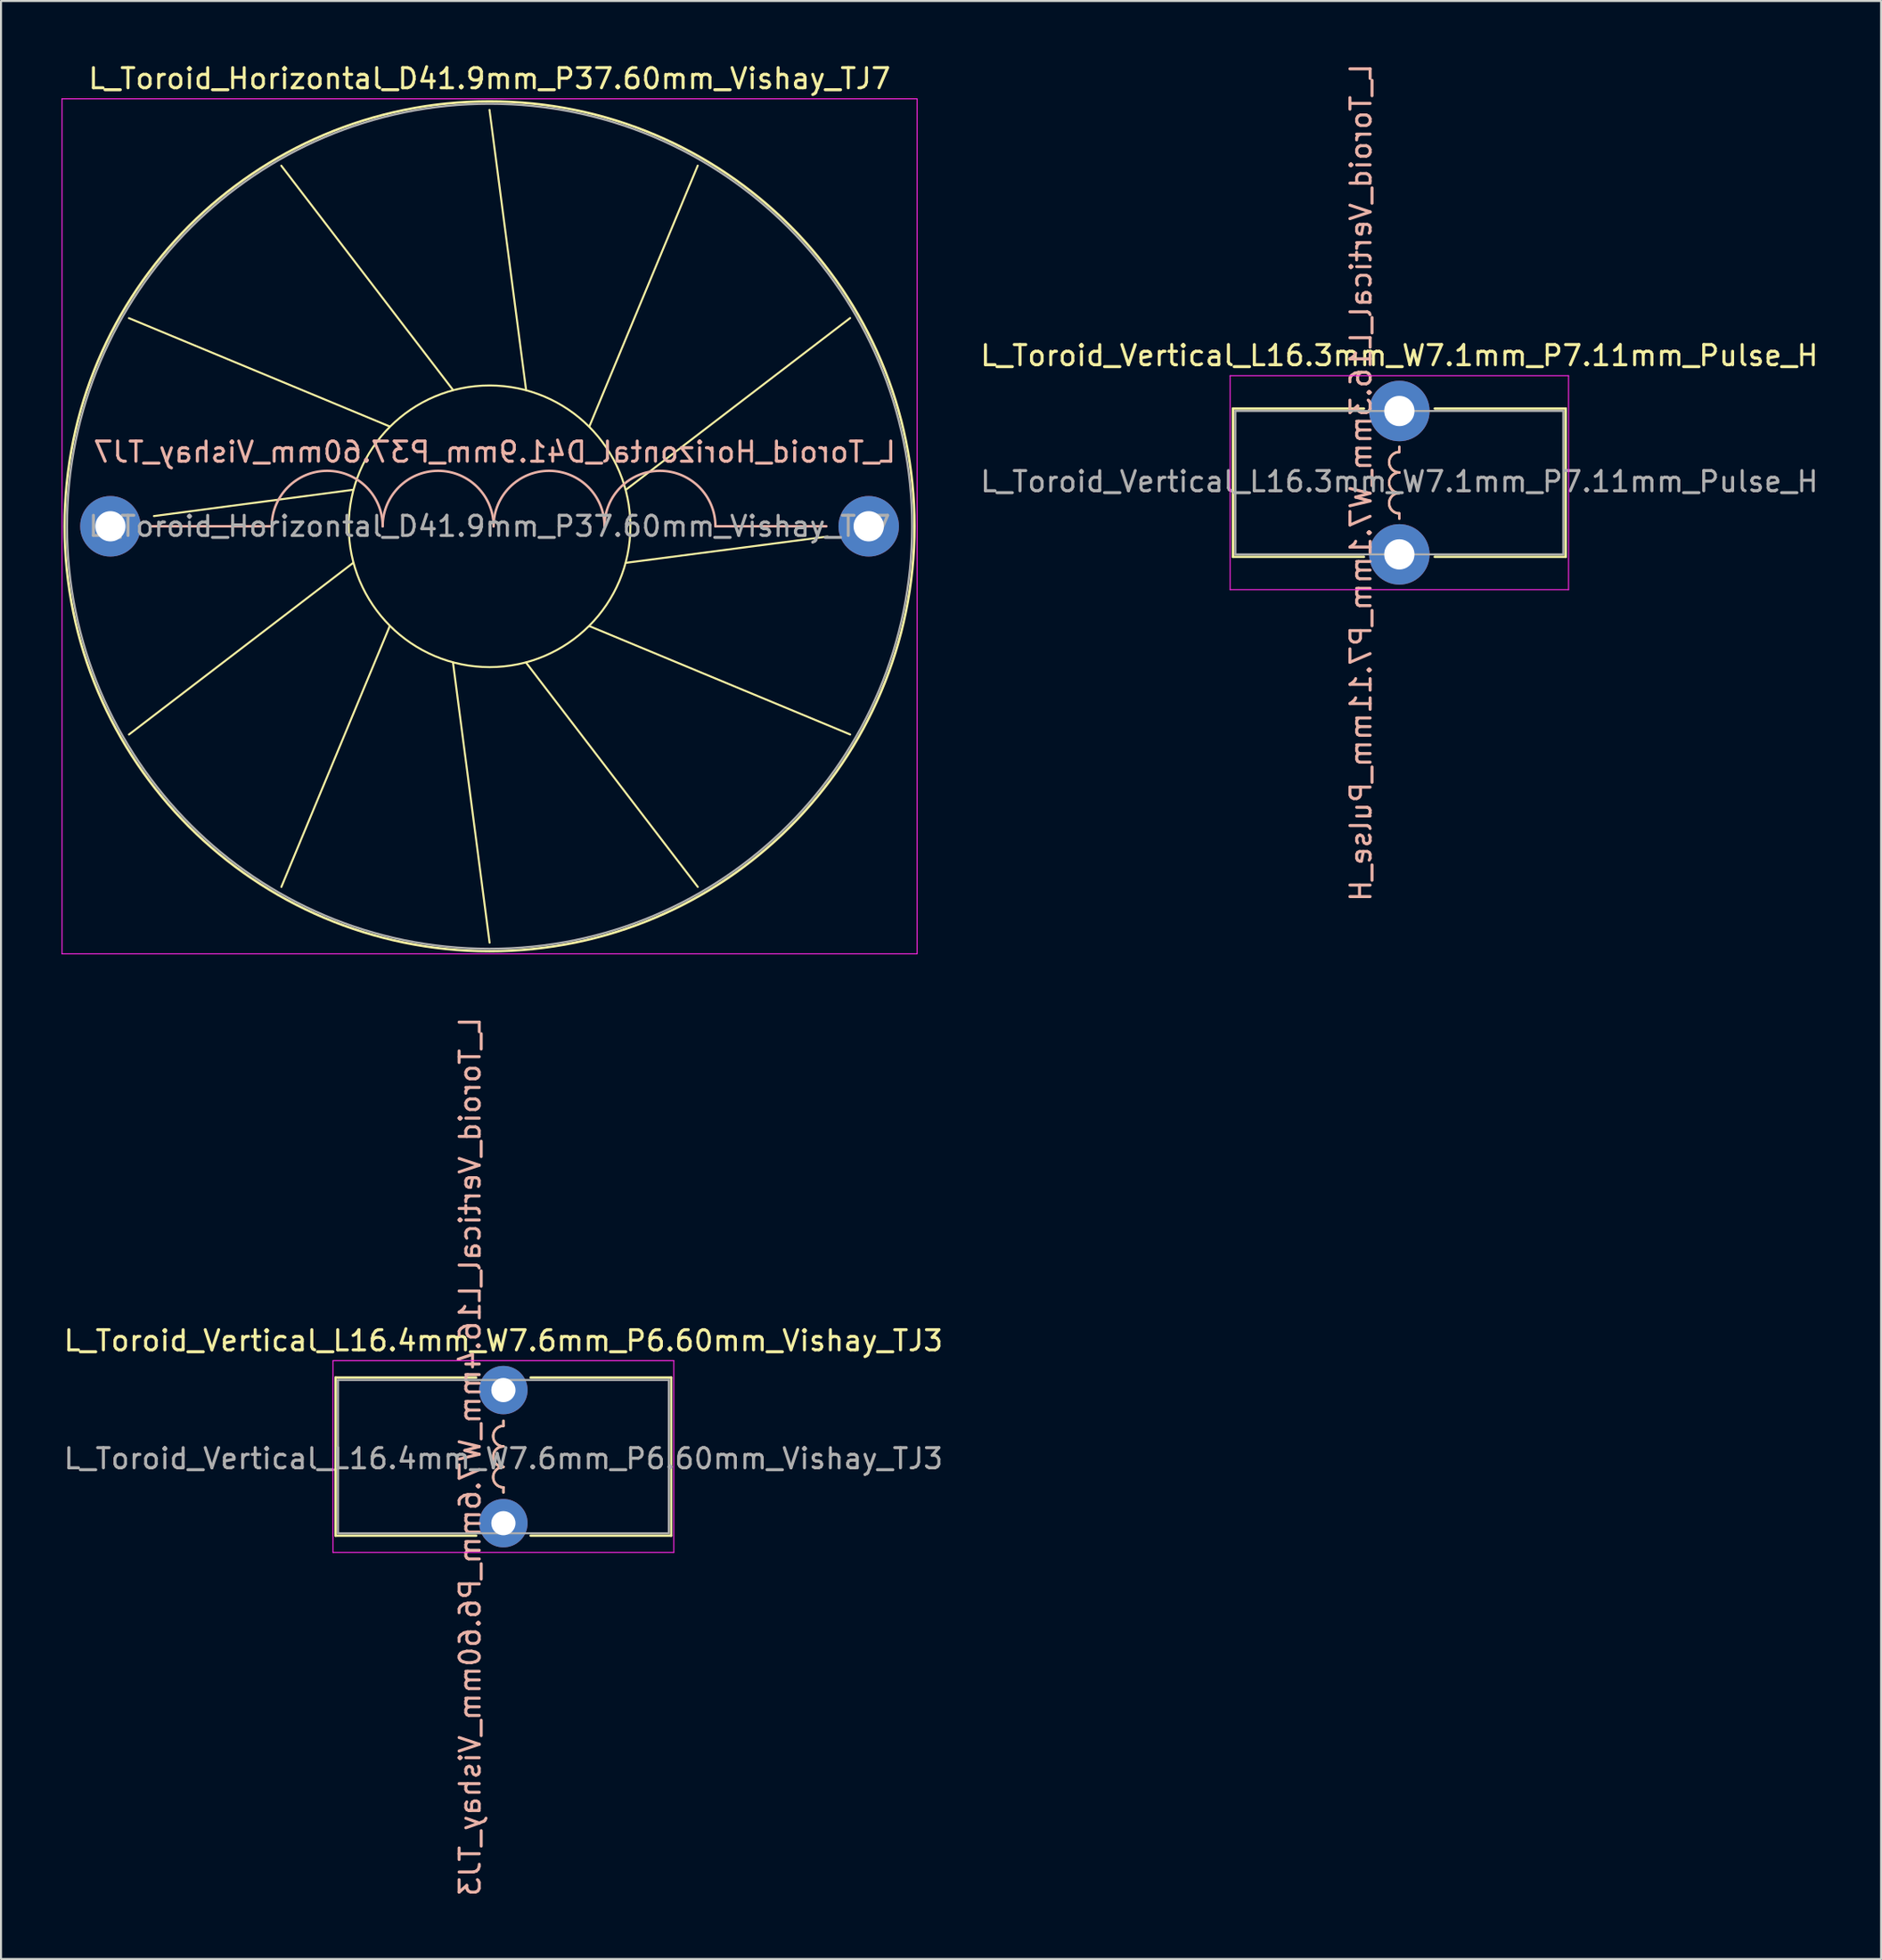
<source format=kicad_pcb>
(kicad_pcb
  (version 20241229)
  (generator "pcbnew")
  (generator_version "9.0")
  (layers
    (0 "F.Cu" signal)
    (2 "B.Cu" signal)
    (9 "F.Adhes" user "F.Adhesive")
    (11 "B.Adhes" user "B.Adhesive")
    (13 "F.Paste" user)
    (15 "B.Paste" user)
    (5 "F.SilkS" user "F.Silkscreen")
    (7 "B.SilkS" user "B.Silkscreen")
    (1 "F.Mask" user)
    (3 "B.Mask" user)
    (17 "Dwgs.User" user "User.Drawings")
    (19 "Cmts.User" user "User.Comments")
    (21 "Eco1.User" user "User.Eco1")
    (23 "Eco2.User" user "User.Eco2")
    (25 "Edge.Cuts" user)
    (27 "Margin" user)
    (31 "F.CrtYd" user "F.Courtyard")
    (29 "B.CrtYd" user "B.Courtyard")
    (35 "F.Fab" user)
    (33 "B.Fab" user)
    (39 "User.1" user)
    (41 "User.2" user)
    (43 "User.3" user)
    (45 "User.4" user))
  (footprint "L_Toroid_Vertical_L16.4mm_W7.6mm_P6.60mm_Vishay_TJ3"
    (layer "F.Cu")
    (at 21.911 65.882)
    (property "Reference" "L_Toroid_Vertical_L16.4mm_W7.6mm_P6.60mm_Vishay_TJ3" (at 0 -2.45 0) (layer "F.SilkS") (effects (font (size 1 1) (thickness 0.15))))
    (fp_line (start -8.32 -0.62) (end -8.32 7.22) (stroke (width 0.12) (type solid)) (layer "F.SilkS"))
    (fp_line (start -8.32 -0.62) (end -1.35 -0.62) (stroke (width 0.12) (type solid)) (layer "F.SilkS"))
    (fp_line (start -8.32 7.22) (end -1.35 7.22) (stroke (width 0.12) (type solid)) (layer "F.SilkS"))
    (fp_line (start 0 1.778) (end 0 1.524) (stroke (width 0.12) (type solid)) (layer "F.SilkS"))
    (fp_line (start 0 4.826) (end 0 5.08) (stroke (width 0.12) (type solid)) (layer "F.SilkS"))
    (fp_line (start 1.35 -0.62) (end 8.32 -0.62) (stroke (width 0.12) (type solid)) (layer "F.SilkS"))
    (fp_line (start 1.35 7.22) (end 8.32 7.22) (stroke (width 0.12) (type solid)) (layer "F.SilkS"))
    (fp_line (start 8.32 -0.62) (end 8.32 7.22) (stroke (width 0.12) (type solid)) (layer "F.SilkS"))
    (fp_arc (start 0 2.794) (mid -0.508 2.286) (end 0 1.778) (stroke (width 0.12) (type solid)) (layer "F.SilkS"))
    (fp_arc (start 0 3.81) (mid -0.508 3.302) (end 0 2.794) (stroke (width 0.12) (type solid)) (layer "F.SilkS"))
    (fp_arc (start 0 4.826) (mid -0.508 4.318) (end 0 3.81) (stroke (width 0.12) (type solid)) (layer "F.SilkS"))
    (fp_line (start 0 1.778) (end 0 1.524) (stroke (width 0.12) (type solid)) (layer "B.SilkS"))
    (fp_line (start 0 4.826) (end 0 5.08) (stroke (width 0.12) (type solid)) (layer "B.SilkS"))
    (fp_arc (start 0 2.794) (mid -0.508 2.286) (end 0 1.778) (stroke (width 0.12) (type solid)) (layer "B.SilkS"))
    (fp_arc (start 0 3.81) (mid -0.508 3.302) (end 0 2.794) (stroke (width 0.12) (type solid)) (layer "B.SilkS"))
    (fp_arc (start 0 4.826) (mid -0.508 4.318) (end 0 3.81) (stroke (width 0.12) (type solid)) (layer "B.SilkS"))
    (fp_line (start -8.45 -1.46) (end -8.45 8.05) (stroke (width 0.05) (type solid)) (layer "F.CrtYd"))
    (fp_line (start -8.45 8.05) (end 8.45 8.05) (stroke (width 0.05) (type solid)) (layer "F.CrtYd"))
    (fp_line (start 8.45 -1.46) (end -8.45 -1.46) (stroke (width 0.05) (type solid)) (layer "F.CrtYd"))
    (fp_line (start 8.45 8.05) (end 8.45 -1.46) (stroke (width 0.05) (type solid)) (layer "F.CrtYd"))
    (fp_line (start -8.2 -0.5) (end -8.2 7.1) (stroke (width 0.1) (type solid)) (layer "F.Fab"))
    (fp_line (start -8.2 7.1) (end 8.2 7.1) (stroke (width 0.1) (type solid)) (layer "F.Fab"))
    (fp_line (start 8.2 -0.5) (end -8.2 -0.5) (stroke (width 0.1) (type solid)) (layer "F.Fab"))
    (fp_line (start 8.2 7.1) (end 8.2 -0.5) (stroke (width 0.1) (type solid)) (layer "F.Fab"))
    (fp_text user "${REFERENCE}" (at -1.651 3.302 90) (layer "B.SilkS") (effects (font (size 1 1) (thickness 0.15)) (justify mirror)))
    (fp_text user "${REFERENCE}" (at 0 3.4 0) (layer "F.Fab") (effects (font (size 1 1) (thickness 0.15))))
    (pad "1" thru_hole circle (at 0 0) (size 2.4 2.4) (drill 1.2) (layers "*.Cu" "*.Mask"))
    (pad "2" thru_hole circle (at 0 6.6) (size 2.4 2.4) (drill 1.2) (layers "*.Cu" "*.Mask")))
  (footprint "L_Toroid_Horizontal_D41.9mm_P37.60mm_Vishay_TJ7"
    (layer "F.Cu")
    (at 2.425 23.048)
    (property "Reference" "L_Toroid_Horizontal_D41.9mm_P37.60mm_Vishay_TJ7" (at 18.8 -22.2 0) (layer "F.SilkS") (effects (font (size 1 1) (thickness 0.15))))
    (fp_line (start 0.917 -10.322) (end 13.849 -4.95) (stroke (width 0.1) (type solid)) (layer "F.SilkS"))
    (fp_line (start 0.919 10.326) (end 12.038 1.812) (stroke (width 0.1) (type solid)) (layer "F.SilkS"))
    (fp_line (start 2.159 -0.508) (end 12.038 -1.811) (stroke (width 0.1) (type solid)) (layer "F.SilkS"))
    (fp_line (start 8.473 -17.881) (end 16.987 -6.762) (stroke (width 0.1) (type solid)) (layer "F.SilkS"))
    (fp_line (start 8.477 17.883) (end 13.85 4.951) (stroke (width 0.1) (type solid)) (layer "F.SilkS"))
    (fp_line (start 18.797 -20.649) (end 20.611 -6.762) (stroke (width 0.1) (type solid)) (layer "F.SilkS"))
    (fp_line (start 18.801 20.649) (end 16.988 6.762) (stroke (width 0.1) (type solid)) (layer "F.SilkS"))
    (fp_line (start 29.122 -17.884) (end 23.749 -4.951) (stroke (width 0.1) (type solid)) (layer "F.SilkS"))
    (fp_line (start 29.125 17.882) (end 20.612 6.762) (stroke (width 0.1) (type solid)) (layer "F.SilkS"))
    (fp_line (start 35.56 0.508) (end 25.562 1.811) (stroke (width 0.1) (type solid)) (layer "F.SilkS"))
    (fp_line (start 36.68 -10.327) (end 25.562 -1.813) (stroke (width 0.1) (type solid)) (layer "F.SilkS"))
    (fp_line (start 36.682 10.324) (end 23.75 4.95) (stroke (width 0.1) (type solid)) (layer "F.SilkS"))
    (fp_circle (center 18.8 0) (end 25.783 0) (stroke (width 0.1) (type solid)) (fill no) (layer "F.SilkS"))
    (fp_circle (center 18.8 0) (end 39.87 0) (stroke (width 0.12) (type solid)) (fill no) (layer "F.SilkS"))
    (fp_line (start 8 0) (end 2 0) (stroke (width 0.12) (type solid)) (layer "B.SilkS"))
    (fp_line (start 30 0) (end 35.5 0) (stroke (width 0.12) (type solid)) (layer "B.SilkS"))
    (fp_arc (start 8 0) (mid 10.75 -2.75) (end 13.5 0) (stroke (width 0.12) (type solid)) (layer "B.SilkS"))
    (fp_arc (start 13.5 0) (mid 16.25 -2.75) (end 19 0) (stroke (width 0.12) (type solid)) (layer "B.SilkS"))
    (fp_arc (start 19 0) (mid 21.75 -2.75) (end 24.5 0) (stroke (width 0.12) (type solid)) (layer "B.SilkS"))
    (fp_arc (start 24.5 0) (mid 27.25 -2.75) (end 30 0) (stroke (width 0.12) (type solid)) (layer "B.SilkS"))
    (fp_line (start -2.4 -21.2) (end -2.4 21.2) (stroke (width 0.05) (type solid)) (layer "F.CrtYd"))
    (fp_line (start -2.4 21.2) (end 40 21.2) (stroke (width 0.05) (type solid)) (layer "F.CrtYd"))
    (fp_line (start 40 -21.2) (end -2.4 -21.2) (stroke (width 0.05) (type solid)) (layer "F.CrtYd"))
    (fp_line (start 40 21.2) (end 40 -21.2) (stroke (width 0.05) (type solid)) (layer "F.CrtYd"))
    (fp_circle (center 18.8 0) (end 39.75 0) (stroke (width 0.1) (type solid)) (fill no) (layer "F.Fab"))
    (fp_text user "${REFERENCE}" (at 19.05 -3.683 0) (layer "B.SilkS") (effects (font (size 1 1) (thickness 0.15)) (justify mirror)))
    (fp_text user "${REFERENCE}" (at 18.8 0 0) (layer "F.Fab") (effects (font (size 1 1) (thickness 0.15))))
    (pad "1" thru_hole circle (at 0 0) (size 3 3) (drill 1.5) (layers "*.Cu" "*.Mask"))
    (pad "2" thru_hole circle (at 37.6 0) (size 3 3) (drill 1.5) (layers "*.Cu" "*.Mask")))
  (footprint "L_Toroid_Vertical_L16.3mm_W7.1mm_P7.11mm_Pulse_H"
    (layer "F.Cu")
    (at 66.337 17.331)
    (property "Reference" "L_Toroid_Vertical_L16.3mm_W7.1mm_P7.11mm_Pulse_H" (at 0 -2.75 0) (layer "F.SilkS") (effects (font (size 1 1) (thickness 0.15))))
    (fp_line (start -8.25 -0.12) (end -8.25 7.23) (stroke (width 0.12) (type solid)) (layer "F.SilkS"))
    (fp_line (start -8.25 -0.12) (end -1.755 -0.12) (stroke (width 0.12) (type solid)) (layer "F.SilkS"))
    (fp_line (start -8.25 7.23) (end -1.755 7.23) (stroke (width 0.12) (type solid)) (layer "F.SilkS"))
    (fp_line (start 0 2.032) (end 0 1.778) (stroke (width 0.12) (type solid)) (layer "F.SilkS"))
    (fp_line (start 0 5.08) (end 0 5.334) (stroke (width 0.12) (type solid)) (layer "F.SilkS"))
    (fp_line (start 1.755 -0.12) (end 8.25 -0.12) (stroke (width 0.12) (type solid)) (layer "F.SilkS"))
    (fp_line (start 1.755 7.23) (end 8.25 7.23) (stroke (width 0.12) (type solid)) (layer "F.SilkS"))
    (fp_line (start 8.25 -0.12) (end 8.25 7.23) (stroke (width 0.12) (type solid)) (layer "F.SilkS"))
    (fp_arc (start 0 3.048) (mid -0.508 2.54) (end 0 2.032) (stroke (width 0.12) (type solid)) (layer "F.SilkS"))
    (fp_arc (start 0 4.064) (mid -0.508 3.556) (end 0 3.048) (stroke (width 0.12) (type solid)) (layer "F.SilkS"))
    (fp_arc (start 0 5.08) (mid -0.508 4.572) (end 0 4.064) (stroke (width 0.12) (type solid)) (layer "F.SilkS"))
    (fp_line (start 0 2.032) (end 0 1.778) (stroke (width 0.12) (type solid)) (layer "B.SilkS"))
    (fp_line (start 0 5.08) (end 0 5.334) (stroke (width 0.12) (type solid)) (layer "B.SilkS"))
    (fp_arc (start 0 3.048) (mid -0.508 2.54) (end 0 2.032) (stroke (width 0.12) (type solid)) (layer "B.SilkS"))
    (fp_arc (start 0 4.064) (mid -0.508 3.556) (end 0 3.048) (stroke (width 0.12) (type solid)) (layer "B.SilkS"))
    (fp_arc (start 0 5.08) (mid -0.508 4.572) (end 0 4.064) (stroke (width 0.12) (type solid)) (layer "B.SilkS"))
    (fp_line (start -8.39 -1.75) (end -8.39 8.86) (stroke (width 0.05) (type solid)) (layer "F.CrtYd"))
    (fp_line (start -8.39 8.86) (end 8.39 8.86) (stroke (width 0.05) (type solid)) (layer "F.CrtYd"))
    (fp_line (start 8.39 -1.75) (end -8.39 -1.75) (stroke (width 0.05) (type solid)) (layer "F.CrtYd"))
    (fp_line (start 8.39 8.86) (end 8.39 -1.75) (stroke (width 0.05) (type solid)) (layer "F.CrtYd"))
    (fp_line (start -8.13 0) (end -8.13 7.11) (stroke (width 0.1) (type solid)) (layer "F.Fab"))
    (fp_line (start -8.13 7.11) (end 8.13 7.11) (stroke (width 0.1) (type solid)) (layer "F.Fab"))
    (fp_line (start 8.13 0) (end -8.13 0) (stroke (width 0.1) (type solid)) (layer "F.Fab"))
    (fp_line (start 8.13 7.11) (end 8.13 0) (stroke (width 0.1) (type solid)) (layer "F.Fab"))
    (fp_text user "${REFERENCE}" (at -1.905 3.556 90) (layer "B.SilkS") (effects (font (size 1 1) (thickness 0.15)) (justify mirror)))
    (fp_text user "${REFERENCE}" (at 0 3.5 0) (layer "F.Fab") (effects (font (size 1 1) (thickness 0.15))))
    (pad "1" thru_hole circle (at 0 0) (size 3 3) (drill 1.5) (layers "*.Cu" "*.Mask"))
    (pad "2" thru_hole circle (at 0 7.11) (size 3 3) (drill 1.5) (layers "*.Cu" "*.Mask")))
  (gr_rect
    (start -3 -3)
    (end 90.224 94.095)
    (stroke (width 0.1) (type default))
    (fill no)
    (layer "Edge.Cuts")))
</source>
